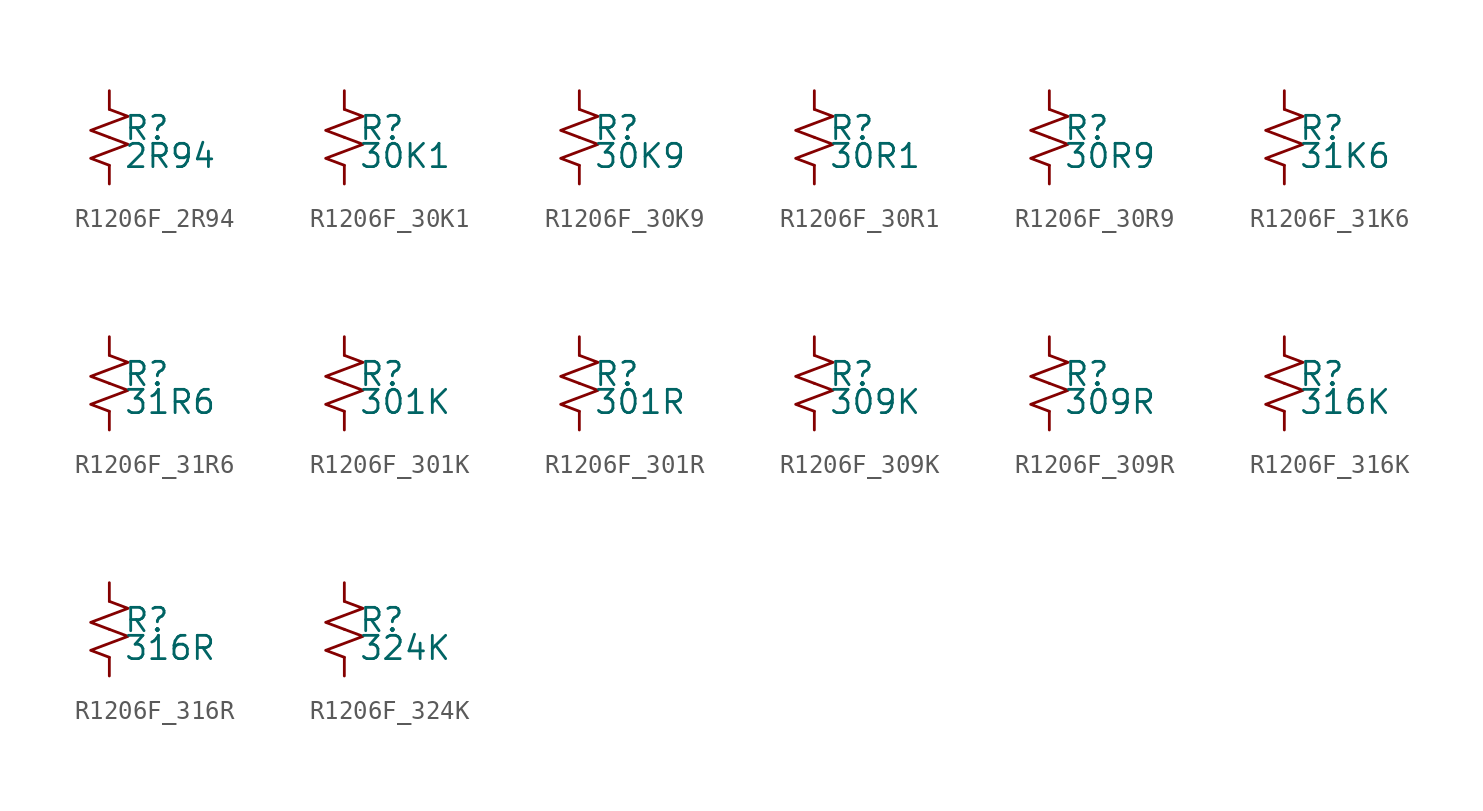
<source format=kicad_sym>
(kicad_symbol_lib
  (version 20220914)
  (generator kicad_symbol_editor)
  (symbol "R1206F_2R94"
    (pin_numbers hide)
    (pin_names
      (offset 0.254) hide)
    (property "Reference" "R"
      (at 0.762 0.508 0)
      (effects (font (size 1.27 1.27)) (justify left)))
    (property "Value" "2R94"
      (at 0.762 -1.016 0)
      (effects (font (size 1.27 1.27)) (justify left)))
    (symbol "R1206F_2R94_1_1"
      (polyline (pts (xy 0 0) (xy 1.016 -0.381) (xy 0 -0.762) (xy -1.016 -1.143) (xy 0 -1.524)) (stroke (width 0) (type default)) (fill (type none)))
      (polyline (pts (xy 0 1.524) (xy 1.016 1.143) (xy 0 0.762) (xy -1.016 0.381) (xy 0 0)) (stroke (width 0) (type default)) (fill (type none)))
      (pin passive line (at 0 2.54 270) (length 1.016) (name "~" (effects (font (size 1.27 1.27)))) (number "1" (effects (font (size 1.27 1.27)))))
      (pin passive line (at 0 -2.54 90) (length 1.016) (name "~" (effects (font (size 1.27 1.27)))) (number "2" (effects (font (size 1.27 1.27)))))))
  (symbol "R1206F_30K1"
    (pin_numbers hide)
    (pin_names
      (offset 0.254) hide)
    (property "Reference" "R"
      (at 0.762 0.508 0)
      (effects (font (size 1.27 1.27)) (justify left)))
    (property "Value" "30K1"
      (at 0.762 -1.016 0)
      (effects (font (size 1.27 1.27)) (justify left)))
    (symbol "R1206F_30K1_1_1"
      (polyline (pts (xy 0 0) (xy 1.016 -0.381) (xy 0 -0.762) (xy -1.016 -1.143) (xy 0 -1.524)) (stroke (width 0) (type default)) (fill (type none)))
      (polyline (pts (xy 0 1.524) (xy 1.016 1.143) (xy 0 0.762) (xy -1.016 0.381) (xy 0 0)) (stroke (width 0) (type default)) (fill (type none)))
      (pin passive line (at 0 2.54 270) (length 1.016) (name "~" (effects (font (size 1.27 1.27)))) (number "1" (effects (font (size 1.27 1.27)))))
      (pin passive line (at 0 -2.54 90) (length 1.016) (name "~" (effects (font (size 1.27 1.27)))) (number "2" (effects (font (size 1.27 1.27)))))))
  (symbol "R1206F_30K9"
    (pin_numbers hide)
    (pin_names
      (offset 0.254) hide)
    (property "Reference" "R"
      (at 0.762 0.508 0)
      (effects (font (size 1.27 1.27)) (justify left)))
    (property "Value" "30K9"
      (at 0.762 -1.016 0)
      (effects (font (size 1.27 1.27)) (justify left)))
    (symbol "R1206F_30K9_1_1"
      (polyline (pts (xy 0 0) (xy 1.016 -0.381) (xy 0 -0.762) (xy -1.016 -1.143) (xy 0 -1.524)) (stroke (width 0) (type default)) (fill (type none)))
      (polyline (pts (xy 0 1.524) (xy 1.016 1.143) (xy 0 0.762) (xy -1.016 0.381) (xy 0 0)) (stroke (width 0) (type default)) (fill (type none)))
      (pin passive line (at 0 2.54 270) (length 1.016) (name "~" (effects (font (size 1.27 1.27)))) (number "1" (effects (font (size 1.27 1.27)))))
      (pin passive line (at 0 -2.54 90) (length 1.016) (name "~" (effects (font (size 1.27 1.27)))) (number "2" (effects (font (size 1.27 1.27)))))))
  (symbol "R1206F_30R1"
    (pin_numbers hide)
    (pin_names
      (offset 0.254) hide)
    (property "Reference" "R"
      (at 0.762 0.508 0)
      (effects (font (size 1.27 1.27)) (justify left)))
    (property "Value" "30R1"
      (at 0.762 -1.016 0)
      (effects (font (size 1.27 1.27)) (justify left)))
    (symbol "R1206F_30R1_1_1"
      (polyline (pts (xy 0 0) (xy 1.016 -0.381) (xy 0 -0.762) (xy -1.016 -1.143) (xy 0 -1.524)) (stroke (width 0) (type default)) (fill (type none)))
      (polyline (pts (xy 0 1.524) (xy 1.016 1.143) (xy 0 0.762) (xy -1.016 0.381) (xy 0 0)) (stroke (width 0) (type default)) (fill (type none)))
      (pin passive line (at 0 2.54 270) (length 1.016) (name "~" (effects (font (size 1.27 1.27)))) (number "1" (effects (font (size 1.27 1.27)))))
      (pin passive line (at 0 -2.54 90) (length 1.016) (name "~" (effects (font (size 1.27 1.27)))) (number "2" (effects (font (size 1.27 1.27)))))))
  (symbol "R1206F_30R9"
    (pin_numbers hide)
    (pin_names
      (offset 0.254) hide)
    (property "Reference" "R"
      (at 0.762 0.508 0)
      (effects (font (size 1.27 1.27)) (justify left)))
    (property "Value" "30R9"
      (at 0.762 -1.016 0)
      (effects (font (size 1.27 1.27)) (justify left)))
    (symbol "R1206F_30R9_1_1"
      (polyline (pts (xy 0 0) (xy 1.016 -0.381) (xy 0 -0.762) (xy -1.016 -1.143) (xy 0 -1.524)) (stroke (width 0) (type default)) (fill (type none)))
      (polyline (pts (xy 0 1.524) (xy 1.016 1.143) (xy 0 0.762) (xy -1.016 0.381) (xy 0 0)) (stroke (width 0) (type default)) (fill (type none)))
      (pin passive line (at 0 2.54 270) (length 1.016) (name "~" (effects (font (size 1.27 1.27)))) (number "1" (effects (font (size 1.27 1.27)))))
      (pin passive line (at 0 -2.54 90) (length 1.016) (name "~" (effects (font (size 1.27 1.27)))) (number "2" (effects (font (size 1.27 1.27)))))))
  (symbol "R1206F_31K6"
    (pin_numbers hide)
    (pin_names
      (offset 0.254) hide)
    (property "Reference" "R"
      (at 0.762 0.508 0)
      (effects (font (size 1.27 1.27)) (justify left)))
    (property "Value" "31K6"
      (at 0.762 -1.016 0)
      (effects (font (size 1.27 1.27)) (justify left)))
    (symbol "R1206F_31K6_1_1"
      (polyline (pts (xy 0 0) (xy 1.016 -0.381) (xy 0 -0.762) (xy -1.016 -1.143) (xy 0 -1.524)) (stroke (width 0) (type default)) (fill (type none)))
      (polyline (pts (xy 0 1.524) (xy 1.016 1.143) (xy 0 0.762) (xy -1.016 0.381) (xy 0 0)) (stroke (width 0) (type default)) (fill (type none)))
      (pin passive line (at 0 2.54 270) (length 1.016) (name "~" (effects (font (size 1.27 1.27)))) (number "1" (effects (font (size 1.27 1.27)))))
      (pin passive line (at 0 -2.54 90) (length 1.016) (name "~" (effects (font (size 1.27 1.27)))) (number "2" (effects (font (size 1.27 1.27)))))))
  (symbol "R1206F_31R6"
    (pin_numbers hide)
    (pin_names
      (offset 0.254) hide)
    (property "Reference" "R"
      (at 0.762 0.508 0)
      (effects (font (size 1.27 1.27)) (justify left)))
    (property "Value" "31R6"
      (at 0.762 -1.016 0)
      (effects (font (size 1.27 1.27)) (justify left)))
    (symbol "R1206F_31R6_1_1"
      (polyline (pts (xy 0 0) (xy 1.016 -0.381) (xy 0 -0.762) (xy -1.016 -1.143) (xy 0 -1.524)) (stroke (width 0) (type default)) (fill (type none)))
      (polyline (pts (xy 0 1.524) (xy 1.016 1.143) (xy 0 0.762) (xy -1.016 0.381) (xy 0 0)) (stroke (width 0) (type default)) (fill (type none)))
      (pin passive line (at 0 2.54 270) (length 1.016) (name "~" (effects (font (size 1.27 1.27)))) (number "1" (effects (font (size 1.27 1.27)))))
      (pin passive line (at 0 -2.54 90) (length 1.016) (name "~" (effects (font (size 1.27 1.27)))) (number "2" (effects (font (size 1.27 1.27)))))))
  (symbol "R1206F_301K"
    (pin_numbers hide)
    (pin_names
      (offset 0.254) hide)
    (property "Reference" "R"
      (at 0.762 0.508 0)
      (effects (font (size 1.27 1.27)) (justify left)))
    (property "Value" "301K"
      (at 0.762 -1.016 0)
      (effects (font (size 1.27 1.27)) (justify left)))
    (symbol "R1206F_301K_1_1"
      (polyline (pts (xy 0 0) (xy 1.016 -0.381) (xy 0 -0.762) (xy -1.016 -1.143) (xy 0 -1.524)) (stroke (width 0) (type default)) (fill (type none)))
      (polyline (pts (xy 0 1.524) (xy 1.016 1.143) (xy 0 0.762) (xy -1.016 0.381) (xy 0 0)) (stroke (width 0) (type default)) (fill (type none)))
      (pin passive line (at 0 2.54 270) (length 1.016) (name "~" (effects (font (size 1.27 1.27)))) (number "1" (effects (font (size 1.27 1.27)))))
      (pin passive line (at 0 -2.54 90) (length 1.016) (name "~" (effects (font (size 1.27 1.27)))) (number "2" (effects (font (size 1.27 1.27)))))))
  (symbol "R1206F_301R"
    (pin_numbers hide)
    (pin_names
      (offset 0.254) hide)
    (property "Reference" "R"
      (at 0.762 0.508 0)
      (effects (font (size 1.27 1.27)) (justify left)))
    (property "Value" "301R"
      (at 0.762 -1.016 0)
      (effects (font (size 1.27 1.27)) (justify left)))
    (symbol "R1206F_301R_1_1"
      (polyline (pts (xy 0 0) (xy 1.016 -0.381) (xy 0 -0.762) (xy -1.016 -1.143) (xy 0 -1.524)) (stroke (width 0) (type default)) (fill (type none)))
      (polyline (pts (xy 0 1.524) (xy 1.016 1.143) (xy 0 0.762) (xy -1.016 0.381) (xy 0 0)) (stroke (width 0) (type default)) (fill (type none)))
      (pin passive line (at 0 2.54 270) (length 1.016) (name "~" (effects (font (size 1.27 1.27)))) (number "1" (effects (font (size 1.27 1.27)))))
      (pin passive line (at 0 -2.54 90) (length 1.016) (name "~" (effects (font (size 1.27 1.27)))) (number "2" (effects (font (size 1.27 1.27)))))))
  (symbol "R1206F_309K"
    (pin_numbers hide)
    (pin_names
      (offset 0.254) hide)
    (property "Reference" "R"
      (at 0.762 0.508 0)
      (effects (font (size 1.27 1.27)) (justify left)))
    (property "Value" "309K"
      (at 0.762 -1.016 0)
      (effects (font (size 1.27 1.27)) (justify left)))
    (symbol "R1206F_309K_1_1"
      (polyline (pts (xy 0 0) (xy 1.016 -0.381) (xy 0 -0.762) (xy -1.016 -1.143) (xy 0 -1.524)) (stroke (width 0) (type default)) (fill (type none)))
      (polyline (pts (xy 0 1.524) (xy 1.016 1.143) (xy 0 0.762) (xy -1.016 0.381) (xy 0 0)) (stroke (width 0) (type default)) (fill (type none)))
      (pin passive line (at 0 2.54 270) (length 1.016) (name "~" (effects (font (size 1.27 1.27)))) (number "1" (effects (font (size 1.27 1.27)))))
      (pin passive line (at 0 -2.54 90) (length 1.016) (name "~" (effects (font (size 1.27 1.27)))) (number "2" (effects (font (size 1.27 1.27)))))))
  (symbol "R1206F_309R"
    (pin_numbers hide)
    (pin_names
      (offset 0.254) hide)
    (property "Reference" "R"
      (at 0.762 0.508 0)
      (effects (font (size 1.27 1.27)) (justify left)))
    (property "Value" "309R"
      (at 0.762 -1.016 0)
      (effects (font (size 1.27 1.27)) (justify left)))
    (symbol "R1206F_309R_1_1"
      (polyline (pts (xy 0 0) (xy 1.016 -0.381) (xy 0 -0.762) (xy -1.016 -1.143) (xy 0 -1.524)) (stroke (width 0) (type default)) (fill (type none)))
      (polyline (pts (xy 0 1.524) (xy 1.016 1.143) (xy 0 0.762) (xy -1.016 0.381) (xy 0 0)) (stroke (width 0) (type default)) (fill (type none)))
      (pin passive line (at 0 2.54 270) (length 1.016) (name "~" (effects (font (size 1.27 1.27)))) (number "1" (effects (font (size 1.27 1.27)))))
      (pin passive line (at 0 -2.54 90) (length 1.016) (name "~" (effects (font (size 1.27 1.27)))) (number "2" (effects (font (size 1.27 1.27)))))))
  (symbol "R1206F_316K"
    (pin_numbers hide)
    (pin_names
      (offset 0.254) hide)
    (property "Reference" "R"
      (at 0.762 0.508 0)
      (effects (font (size 1.27 1.27)) (justify left)))
    (property "Value" "316K"
      (at 0.762 -1.016 0)
      (effects (font (size 1.27 1.27)) (justify left)))
    (symbol "R1206F_316K_1_1"
      (polyline (pts (xy 0 0) (xy 1.016 -0.381) (xy 0 -0.762) (xy -1.016 -1.143) (xy 0 -1.524)) (stroke (width 0) (type default)) (fill (type none)))
      (polyline (pts (xy 0 1.524) (xy 1.016 1.143) (xy 0 0.762) (xy -1.016 0.381) (xy 0 0)) (stroke (width 0) (type default)) (fill (type none)))
      (pin passive line (at 0 2.54 270) (length 1.016) (name "~" (effects (font (size 1.27 1.27)))) (number "1" (effects (font (size 1.27 1.27)))))
      (pin passive line (at 0 -2.54 90) (length 1.016) (name "~" (effects (font (size 1.27 1.27)))) (number "2" (effects (font (size 1.27 1.27)))))))
  (symbol "R1206F_316R"
    (pin_numbers hide)
    (pin_names
      (offset 0.254) hide)
    (property "Reference" "R"
      (at 0.762 0.508 0)
      (effects (font (size 1.27 1.27)) (justify left)))
    (property "Value" "316R"
      (at 0.762 -1.016 0)
      (effects (font (size 1.27 1.27)) (justify left)))
    (symbol "R1206F_316R_1_1"
      (polyline (pts (xy 0 0) (xy 1.016 -0.381) (xy 0 -0.762) (xy -1.016 -1.143) (xy 0 -1.524)) (stroke (width 0) (type default)) (fill (type none)))
      (polyline (pts (xy 0 1.524) (xy 1.016 1.143) (xy 0 0.762) (xy -1.016 0.381) (xy 0 0)) (stroke (width 0) (type default)) (fill (type none)))
      (pin passive line (at 0 2.54 270) (length 1.016) (name "~" (effects (font (size 1.27 1.27)))) (number "1" (effects (font (size 1.27 1.27)))))
      (pin passive line (at 0 -2.54 90) (length 1.016) (name "~" (effects (font (size 1.27 1.27)))) (number "2" (effects (font (size 1.27 1.27)))))))
  (symbol "R1206F_324K"
    (pin_numbers hide)
    (pin_names
      (offset 0.254) hide)
    (property "Reference" "R"
      (at 0.762 0.508 0)
      (effects (font (size 1.27 1.27)) (justify left)))
    (property "Value" "324K"
      (at 0.762 -1.016 0)
      (effects (font (size 1.27 1.27)) (justify left)))
    (symbol "R1206F_324K_1_1"
      (polyline (pts (xy 0 0) (xy 1.016 -0.381) (xy 0 -0.762) (xy -1.016 -1.143) (xy 0 -1.524)) (stroke (width 0) (type default)) (fill (type none)))
      (polyline (pts (xy 0 1.524) (xy 1.016 1.143) (xy 0 0.762) (xy -1.016 0.381) (xy 0 0)) (stroke (width 0) (type default)) (fill (type none)))
      (pin passive line (at 0 2.54 270) (length 1.016) (name "~" (effects (font (size 1.27 1.27)))) (number "1" (effects (font (size 1.27 1.27)))))
      (pin passive line (at 0 -2.54 90) (length 1.016) (name "~" (effects (font (size 1.27 1.27)))) (number "2" (effects (font (size 1.27 1.27))))))))
</source>
